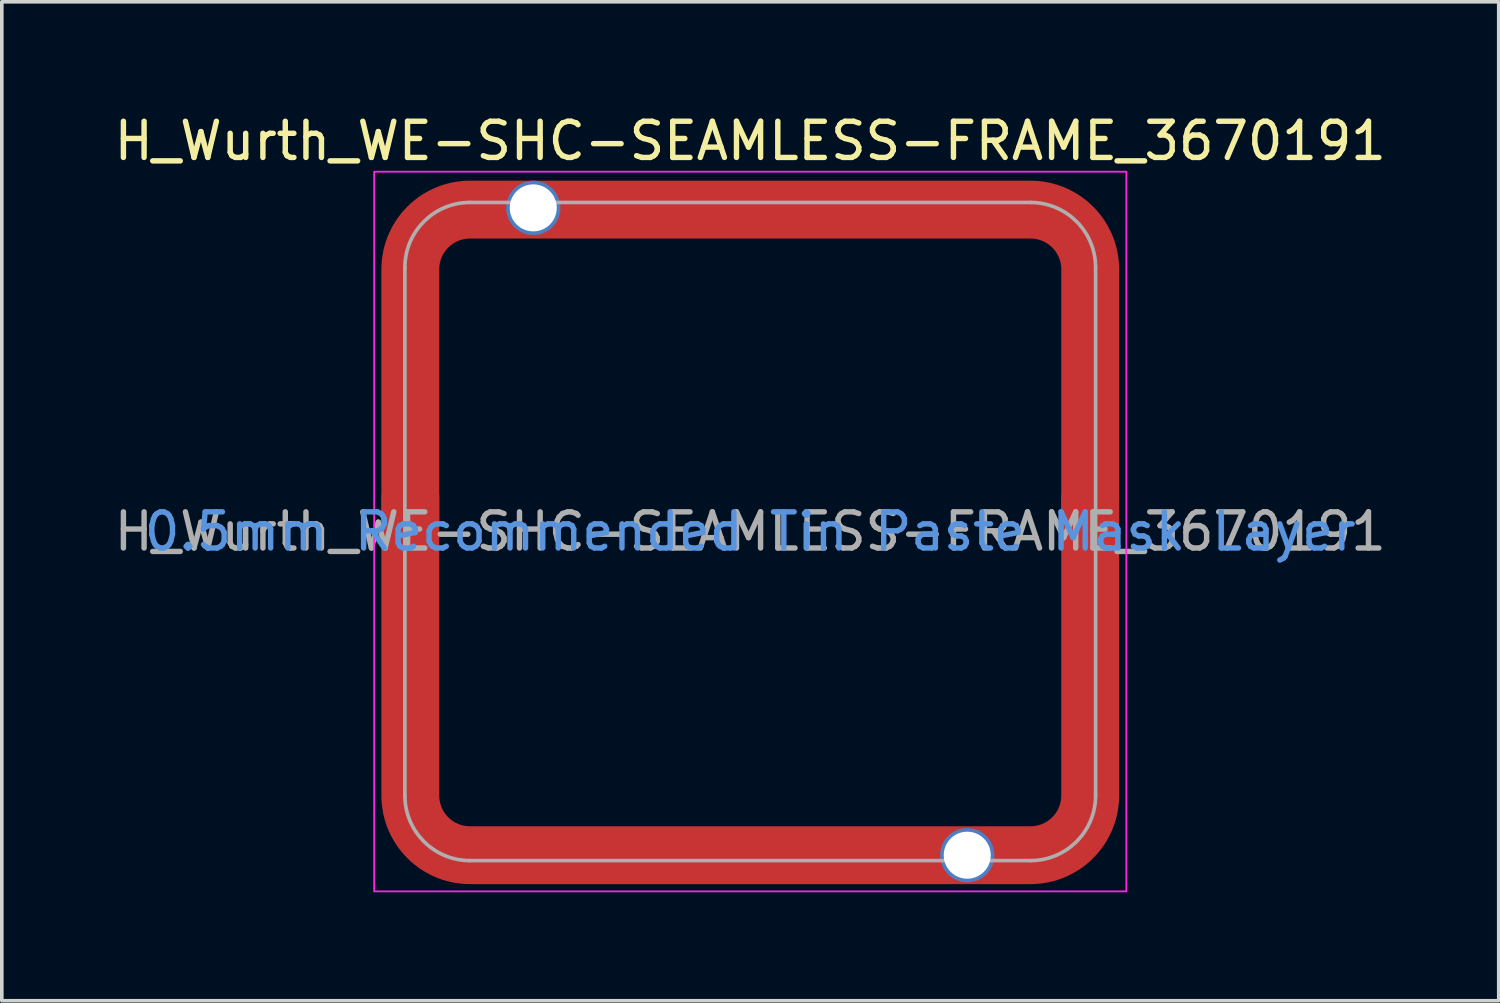
<source format=kicad_pcb>
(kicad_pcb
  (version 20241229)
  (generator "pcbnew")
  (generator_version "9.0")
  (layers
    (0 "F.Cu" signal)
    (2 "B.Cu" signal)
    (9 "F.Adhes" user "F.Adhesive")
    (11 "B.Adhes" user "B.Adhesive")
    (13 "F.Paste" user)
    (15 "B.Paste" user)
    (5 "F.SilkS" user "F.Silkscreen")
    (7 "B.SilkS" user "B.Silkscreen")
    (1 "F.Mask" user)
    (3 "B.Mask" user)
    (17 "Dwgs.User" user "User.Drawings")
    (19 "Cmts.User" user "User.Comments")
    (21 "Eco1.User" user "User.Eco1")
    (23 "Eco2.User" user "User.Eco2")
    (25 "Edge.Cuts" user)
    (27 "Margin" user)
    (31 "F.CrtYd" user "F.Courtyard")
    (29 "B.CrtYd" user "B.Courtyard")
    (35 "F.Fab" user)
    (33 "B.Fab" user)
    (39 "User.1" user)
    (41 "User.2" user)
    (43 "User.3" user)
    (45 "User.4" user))
  (footprint "H_Wurth_WE-SHC-SEAMLESS-FRAME_3670191"
    (layer "F.Cu")
    (at 17.696 11.648)
    (property "Reference" "H_Wurth_WE-SHC-SEAMLESS-FRAME_3670191" (at 0 -10.8 0) (unlocked yes) (layer "F.SilkS") (effects (font (size 1 1) (thickness 0.15))))
    (attr smd)
    (fp_poly (pts (xy -8.65 -0.202) (xy -10.15 -0.202) (xy -10.15 -7.252) (xy -10.147 -7.378) (xy -10.137 -7.503) (xy -10.12 -7.627) (xy -10.098 -7.751) (xy -10.068 -7.873) (xy -10.033 -7.994) (xy -9.991 -8.112) (xy -9.943 -8.228) (xy -9.888 -8.342) (xy -9.828 -8.452) (xy -9.763 -8.559) (xy -9.692 -8.663) (xy -9.615 -8.762) (xy -9.534 -8.858) (xy -9.447 -8.949) (xy -9.356 -9.036) (xy -9.26 -9.117) (xy -9.161 -9.194) (xy -9.057 -9.265) (xy -8.95 -9.33) (xy -8.84 -9.39) (xy -8.726 -9.445) (xy -8.61 -9.493) (xy -8.492 -9.535) (xy -8.371 -9.57) (xy -8.249 -9.6) (xy -8.125 -9.622) (xy -8.001 -9.639) (xy -7.876 -9.649) (xy -7.75 -9.652) (xy 7.75 -9.652) (xy 7.876 -9.649) (xy 8.001 -9.639) (xy 8.125 -9.622) (xy 8.249 -9.6) (xy 8.371 -9.57) (xy 8.492 -9.535) (xy 8.61 -9.493) (xy 8.726 -9.445) (xy 8.84 -9.39) (xy 8.95 -9.33) (xy 9.057 -9.265) (xy 9.161 -9.194) (xy 9.26 -9.117) (xy 9.356 -9.036) (xy 9.447 -8.949) (xy 9.534 -8.858) (xy 9.615 -8.762) (xy 9.692 -8.663) (xy 9.763 -8.559) (xy 9.828 -8.452) (xy 9.888 -8.342) (xy 9.943 -8.228) (xy 9.991 -8.112) (xy 10.033 -7.994) (xy 10.068 -7.873) (xy 10.098 -7.751) (xy 10.12 -7.627) (xy 10.137 -7.503) (xy 10.147 -7.378) (xy 10.15 -7.252) (xy 10.15 -0.202) (xy 8.65 -0.202) (xy 8.65 -7.252) (xy 8.649 -7.299) (xy 8.645 -7.346) (xy 8.639 -7.393) (xy 8.63 -7.439) (xy 8.619 -7.485) (xy 8.606 -7.53) (xy 8.59 -7.575) (xy 8.572 -7.618) (xy 8.552 -7.661) (xy 8.529 -7.702) (xy 8.505 -7.742) (xy 8.478 -7.781) (xy 8.449 -7.818) (xy 8.419 -7.854) (xy 8.386 -7.888) (xy 8.352 -7.921) (xy 8.316 -7.951) (xy 8.279 -7.98) (xy 8.24 -8.007) (xy 8.2 -8.031) (xy 8.159 -8.054) (xy 8.116 -8.074) (xy 8.073 -8.092) (xy 8.028 -8.108) (xy 7.983 -8.121) (xy 7.937 -8.132) (xy 7.891 -8.141) (xy 7.844 -8.147) (xy 7.797 -8.151) (xy 7.75 -8.152) (xy -7.75 -8.152) (xy -7.797 -8.151) (xy -7.844 -8.147) (xy -7.891 -8.141) (xy -7.937 -8.132) (xy -7.983 -8.121) (xy -8.028 -8.108) (xy -8.073 -8.092) (xy -8.116 -8.074) (xy -8.159 -8.054) (xy -8.2 -8.031) (xy -8.24 -8.007) (xy -8.279 -7.98) (xy -8.316 -7.951) (xy -8.352 -7.921) (xy -8.386 -7.888) (xy -8.419 -7.854) (xy -8.449 -7.818) (xy -8.478 -7.781) (xy -8.505 -7.742) (xy -8.529 -7.702) (xy -8.552 -7.661) (xy -8.572 -7.618) (xy -8.59 -7.575) (xy -8.606 -7.53) (xy -8.619 -7.485) (xy -8.63 -7.439) (xy -8.639 -7.393) (xy -8.645 -7.346) (xy -8.649 -7.299) (xy -8.65 -7.252) (xy -8.65 -0.202)) (stroke (width 0.1) (type solid)) (fill yes) (layer "F.Cu"))
    (fp_poly (pts (xy -8.65 -0.25) (xy -10.15 -0.25) (xy -10.15 -7.3) (xy -10.147 -7.426) (xy -10.137 -7.551) (xy -10.12 -7.675) (xy -10.098 -7.799) (xy -10.068 -7.921) (xy -10.033 -8.042) (xy -9.991 -8.16) (xy -9.943 -8.276) (xy -9.888 -8.39) (xy -9.828 -8.5) (xy -9.763 -8.607) (xy -9.692 -8.711) (xy -9.615 -8.81) (xy -9.534 -8.906) (xy -9.447 -8.997) (xy -9.356 -9.084) (xy -9.26 -9.165) (xy -9.161 -9.242) (xy -9.057 -9.313) (xy -8.95 -9.378) (xy -8.84 -9.438) (xy -8.726 -9.493) (xy -8.61 -9.541) (xy -8.492 -9.583) (xy -8.371 -9.618) (xy -8.249 -9.648) (xy -8.125 -9.67) (xy -8.001 -9.687) (xy -7.876 -9.697) (xy -7.75 -9.7) (xy 7.75 -9.7) (xy 7.876 -9.697) (xy 8.001 -9.687) (xy 8.125 -9.67) (xy 8.249 -9.648) (xy 8.371 -9.618) (xy 8.492 -9.583) (xy 8.61 -9.541) (xy 8.726 -9.493) (xy 8.84 -9.438) (xy 8.95 -9.378) (xy 9.057 -9.313) (xy 9.161 -9.242) (xy 9.26 -9.165) (xy 9.356 -9.084) (xy 9.447 -8.997) (xy 9.534 -8.906) (xy 9.615 -8.81) (xy 9.692 -8.711) (xy 9.763 -8.607) (xy 9.828 -8.5) (xy 9.888 -8.39) (xy 9.943 -8.276) (xy 9.991 -8.16) (xy 10.033 -8.042) (xy 10.068 -7.921) (xy 10.098 -7.799) (xy 10.12 -7.675) (xy 10.137 -7.551) (xy 10.147 -7.426) (xy 10.15 -7.3) (xy 10.15 -0.25) (xy 8.65 -0.25) (xy 8.65 -7.3) (xy 8.649 -7.347) (xy 8.645 -7.394) (xy 8.639 -7.441) (xy 8.63 -7.487) (xy 8.619 -7.533) (xy 8.606 -7.578) (xy 8.59 -7.623) (xy 8.572 -7.666) (xy 8.552 -7.709) (xy 8.529 -7.75) (xy 8.505 -7.79) (xy 8.478 -7.829) (xy 8.449 -7.866) (xy 8.419 -7.902) (xy 8.386 -7.936) (xy 8.352 -7.969) (xy 8.316 -7.999) (xy 8.279 -8.028) (xy 8.24 -8.055) (xy 8.2 -8.079) (xy 8.159 -8.102) (xy 8.116 -8.122) (xy 8.073 -8.14) (xy 8.028 -8.156) (xy 7.983 -8.169) (xy 7.937 -8.18) (xy 7.891 -8.189) (xy 7.844 -8.195) (xy 7.797 -8.199) (xy 7.75 -8.2) (xy -7.75 -8.2) (xy -7.797 -8.199) (xy -7.844 -8.195) (xy -7.891 -8.189) (xy -7.937 -8.18) (xy -7.983 -8.169) (xy -8.028 -8.156) (xy -8.073 -8.14) (xy -8.116 -8.122) (xy -8.159 -8.102) (xy -8.2 -8.079) (xy -8.24 -8.055) (xy -8.279 -8.028) (xy -8.316 -7.999) (xy -8.352 -7.969) (xy -8.386 -7.936) (xy -8.419 -7.902) (xy -8.449 -7.866) (xy -8.478 -7.829) (xy -8.505 -7.79) (xy -8.529 -7.75) (xy -8.552 -7.709) (xy -8.572 -7.666) (xy -8.59 -7.623) (xy -8.606 -7.578) (xy -8.619 -7.533) (xy -8.63 -7.487) (xy -8.639 -7.441) (xy -8.645 -7.394) (xy -8.649 -7.347) (xy -8.65 -7.3) (xy -8.65 -0.25)) (stroke (width 0.1) (type solid)) (fill yes) (layer "F.Mask"))
    (fp_poly (pts (xy -8.65 -0.25) (xy -10.15 -0.25) (xy -10.15 -7.3) (xy -10.147 -7.426) (xy -10.137 -7.551) (xy -10.12 -7.675) (xy -10.098 -7.799) (xy -10.068 -7.921) (xy -10.033 -8.042) (xy -9.991 -8.16) (xy -9.943 -8.276) (xy -9.888 -8.39) (xy -9.828 -8.5) (xy -9.763 -8.607) (xy -9.692 -8.711) (xy -9.615 -8.81) (xy -9.534 -8.906) (xy -9.447 -8.997) (xy -9.356 -9.084) (xy -9.26 -9.165) (xy -9.161 -9.242) (xy -9.057 -9.313) (xy -8.95 -9.378) (xy -8.84 -9.438) (xy -8.726 -9.493) (xy -8.61 -9.541) (xy -8.492 -9.583) (xy -8.371 -9.618) (xy -8.249 -9.648) (xy -8.125 -9.67) (xy -8.001 -9.687) (xy -7.876 -9.697) (xy -7.75 -9.7) (xy 7.75 -9.7) (xy 7.876 -9.697) (xy 8.001 -9.687) (xy 8.125 -9.67) (xy 8.249 -9.648) (xy 8.371 -9.618) (xy 8.492 -9.583) (xy 8.61 -9.541) (xy 8.726 -9.493) (xy 8.84 -9.438) (xy 8.95 -9.378) (xy 9.057 -9.313) (xy 9.161 -9.242) (xy 9.26 -9.165) (xy 9.356 -9.084) (xy 9.447 -8.997) (xy 9.534 -8.906) (xy 9.615 -8.81) (xy 9.692 -8.711) (xy 9.763 -8.607) (xy 9.828 -8.5) (xy 9.888 -8.39) (xy 9.943 -8.276) (xy 9.991 -8.16) (xy 10.033 -8.042) (xy 10.068 -7.921) (xy 10.098 -7.799) (xy 10.12 -7.675) (xy 10.137 -7.551) (xy 10.147 -7.426) (xy 10.15 -7.3) (xy 10.15 -0.25) (xy 8.65 -0.25) (xy 8.65 -7.3) (xy 8.649 -7.347) (xy 8.645 -7.394) (xy 8.639 -7.441) (xy 8.63 -7.487) (xy 8.619 -7.533) (xy 8.606 -7.578) (xy 8.59 -7.623) (xy 8.572 -7.666) (xy 8.552 -7.709) (xy 8.529 -7.75) (xy 8.505 -7.79) (xy 8.478 -7.829) (xy 8.449 -7.866) (xy 8.419 -7.902) (xy 8.386 -7.936) (xy 8.352 -7.969) (xy 8.316 -7.999) (xy 8.279 -8.028) (xy 8.24 -8.055) (xy 8.2 -8.079) (xy 8.159 -8.102) (xy 8.116 -8.122) (xy 8.073 -8.14) (xy 8.028 -8.156) (xy 7.983 -8.169) (xy 7.937 -8.18) (xy 7.891 -8.189) (xy 7.844 -8.195) (xy 7.797 -8.199) (xy 7.75 -8.2) (xy -7.75 -8.2) (xy -7.797 -8.199) (xy -7.844 -8.195) (xy -7.891 -8.189) (xy -7.937 -8.18) (xy -7.983 -8.169) (xy -8.028 -8.156) (xy -8.073 -8.14) (xy -8.116 -8.122) (xy -8.159 -8.102) (xy -8.2 -8.079) (xy -8.24 -8.055) (xy -8.279 -8.028) (xy -8.316 -7.999) (xy -8.352 -7.969) (xy -8.386 -7.936) (xy -8.419 -7.902) (xy -8.449 -7.866) (xy -8.478 -7.829) (xy -8.505 -7.79) (xy -8.529 -7.75) (xy -8.552 -7.709) (xy -8.572 -7.666) (xy -8.59 -7.623) (xy -8.606 -7.578) (xy -8.619 -7.533) (xy -8.63 -7.487) (xy -8.639 -7.441) (xy -8.645 -7.394) (xy -8.649 -7.347) (xy -8.65 -7.3) (xy -8.65 -0.25)) (stroke (width 0.1) (type solid)) (fill yes) (layer "F.Paste"))
    (fp_rect (start -10.4 -9.95) (end 10.4 9.95) (stroke (width 0.05) (type solid)) (fill no) (layer "F.CrtYd"))
    (fp_line (start -9.55 7.3) (end -9.55 -7.3) (stroke (width 0.1) (type solid)) (layer "F.Fab"))
    (fp_line (start -7.75 -9.1) (end 7.75 -9.1) (stroke (width 0.1) (type solid)) (layer "F.Fab"))
    (fp_line (start -7.75 9.1) (end 7.75 9.1) (stroke (width 0.1) (type solid)) (layer "F.Fab"))
    (fp_line (start 9.55 7.3) (end 9.55 -7.3) (stroke (width 0.1) (type solid)) (layer "F.Fab"))
    (fp_arc (start -9.55 -7.3) (mid -9.022792 -8.572792) (end -7.75 -9.1) (stroke (width 0.1) (type default)) (layer "F.Fab"))
    (fp_arc (start -7.75 9.1) (mid -9.022792 8.572792) (end -9.55 7.3) (stroke (width 0.1) (type default)) (layer "F.Fab"))
    (fp_arc (start 7.75 -9.1) (mid 9.022792 -8.572792) (end 9.55 -7.3) (stroke (width 0.1) (type default)) (layer "F.Fab"))
    (fp_arc (start 9.55 7.3) (mid 9.022792 8.572792) (end 7.75 9.1) (stroke (width 0.1) (type default)) (layer "F.Fab"))
    (fp_text user "0.5mm Recommended Tin Paste Mask Layer" (at 0 0 0) (unlocked yes) (layer "Cmts.User") (effects (font (size 1 1) (thickness 0.15))))
    (fp_text user "${REFERENCE}" (at 0 0 0) (unlocked yes) (layer "F.Fab") (effects (font (size 1 1) (thickness 0.15))))
    (pad "1" thru_hole circle (at -6 -8.95) (size 1.5 1.5) (drill 1.3) (layers "*.Cu" "*.Mask"))
    (pad "1" thru_hole circle (at 6 8.95) (size 1.5 1.5) (drill 1.3) (layers "*.Cu" "*.Mask"))
    (pad "1" smd custom (at 9.4 0) (size 1.5 14.6) (layers "F.Cu" "F.Mask" "F.Paste") (options (anchor rect)) (primitives (gr_poly (pts (xy -0.75 -1) (xy 0.75 -1) (xy 0.75 7.3) (xy 0.747 7.426) (xy 0.737 7.551) (xy 0.72 7.675) (xy 0.698 7.799) (xy 0.668 7.921) (xy 0.633 8.042) (xy 0.591 8.16) (xy 0.543 8.276) (xy 0.488 8.39) (xy 0.428 8.5) (xy 0.363 8.607) (xy 0.292 8.711) (xy 0.215 8.81) (xy 0.134 8.906) (xy 0.047 8.997) (xy -0.044 9.084) (xy -0.14 9.165) (xy -0.239 9.242) (xy -0.343 9.313) (xy -0.45 9.378) (xy -0.56 9.438) (xy -0.674 9.493) (xy -0.79 9.541) (xy -0.908 9.583) (xy -1.029 9.618) (xy -1.151 9.648) (xy -1.275 9.67) (xy -1.399 9.687) (xy -1.524 9.697) (xy -1.65 9.7) (xy -17.15 9.7) (xy -17.276 9.697) (xy -17.401 9.687) (xy -17.525 9.67) (xy -17.649 9.648) (xy -17.771 9.618) (xy -17.892 9.583) (xy -18.01 9.541) (xy -18.126 9.493) (xy -18.24 9.438) (xy -18.35 9.378) (xy -18.457 9.313) (xy -18.561 9.242) (xy -18.66 9.165) (xy -18.756 9.084) (xy -18.847 8.997) (xy -18.934 8.906) (xy -19.015 8.81) (xy -19.092 8.711) (xy -19.163 8.607) (xy -19.228 8.5) (xy -19.288 8.39) (xy -19.343 8.276) (xy -19.391 8.16) (xy -19.433 8.042) (xy -19.468 7.921) (xy -19.498 7.799) (xy -19.52 7.675) (xy -19.537 7.551) (xy -19.547 7.426) (xy -19.55 7.3) (xy -19.55 -1) (xy -18.05 -1) (xy -18.05 7.3) (xy -18.049 7.347) (xy -18.045 7.394) (xy -18.039 7.441) (xy -18.03 7.487) (xy -18.019 7.533) (xy -18.006 7.578) (xy -17.99 7.623) (xy -17.972 7.666) (xy -17.952 7.709) (xy -17.929 7.75) (xy -17.905 7.79) (xy -17.878 7.829) (xy -17.849 7.866) (xy -17.819 7.902) (xy -17.786 7.936) (xy -17.752 7.969) (xy -17.716 7.999) (xy -17.679 8.028) (xy -17.64 8.055) (xy -17.6 8.079) (xy -17.559 8.102) (xy -17.516 8.122) (xy -17.473 8.14) (xy -17.428 8.156) (xy -17.383 8.169) (xy -17.337 8.18) (xy -17.291 8.189) (xy -17.244 8.195) (xy -17.197 8.199) (xy -17.15 8.2) (xy -1.65 8.2) (xy -1.603 8.199) (xy -1.556 8.195) (xy -1.509 8.189) (xy -1.463 8.18) (xy -1.417 8.169) (xy -1.372 8.156) (xy -1.327 8.14) (xy -1.284 8.122) (xy -1.241 8.102) (xy -1.2 8.079) (xy -1.16 8.055) (xy -1.121 8.028) (xy -1.084 7.999) (xy -1.048 7.969) (xy -1.014 7.936) (xy -0.981 7.902) (xy -0.951 7.866) (xy -0.922 7.829) (xy -0.895 7.79) (xy -0.871 7.75) (xy -0.848 7.709) (xy -0.828 7.666) (xy -0.81 7.623) (xy -0.794 7.578) (xy -0.781 7.533) (xy -0.77 7.487) (xy -0.761 7.441) (xy -0.755 7.394) (xy -0.751 7.347) (xy -0.75 7.3) (xy -0.75 -1)) (width 0.1) (fill yes)))))
  (gr_rect
    (start -3 -3)
    (end 38.393 24.623)
    (stroke (width 0.1) (type default))
    (fill no)
    (layer "Edge.Cuts")))
</source>
